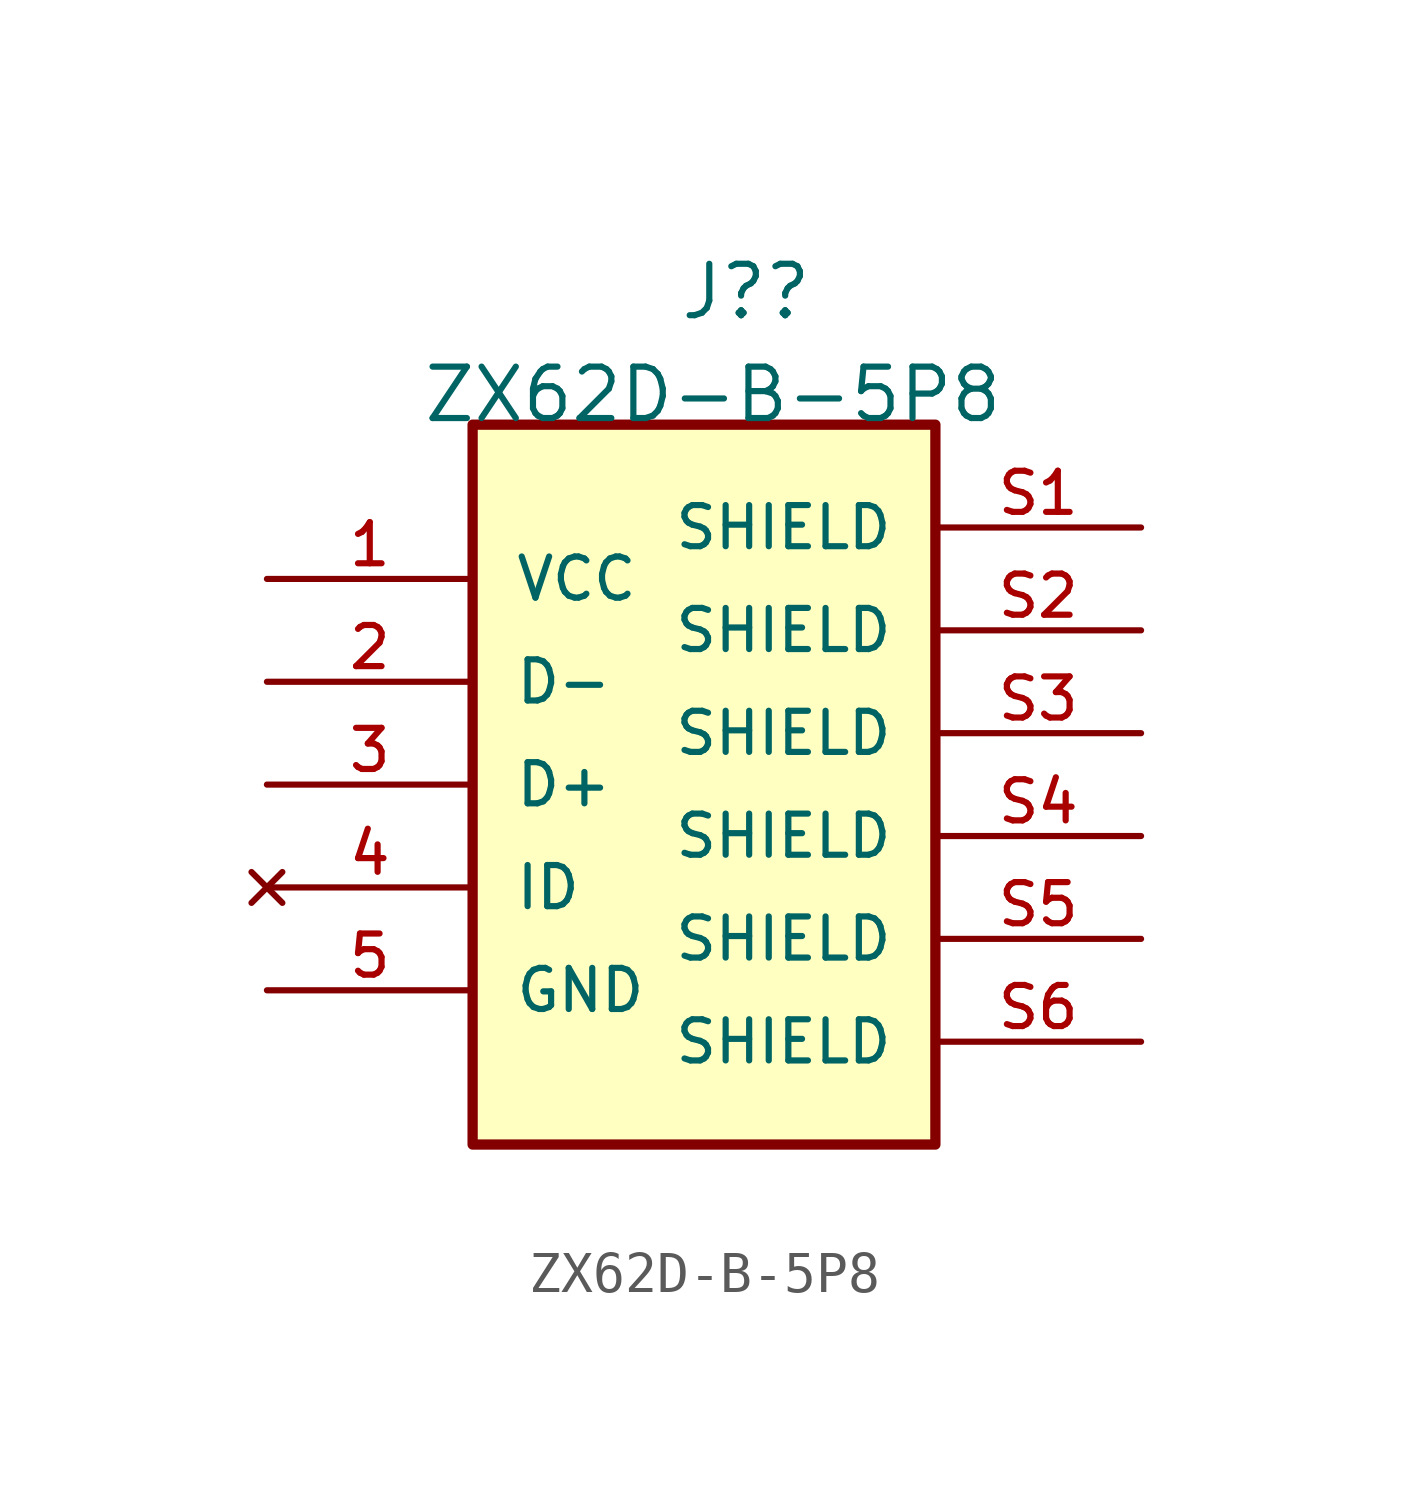
<source format=kicad_sym>
(kicad_symbol_lib
  (version 20211014)
  (generator kicad_symbol_editor)
  (symbol "ZX62D-B-5P8"
    (pin_names
      (offset 1.016))
    (property "Reference" "J?"
      (at 0 12.7 0)
      (effects (font (size 1.27 1.27)) (justify left bottom)))
    (property "Value" "ZX62D-B-5P8"
      (at -6.35 10.16 0)
      (effects (font (size 1.27 1.27)) (justify left bottom)))
    (symbol "ZX62D-B-5P8_0_0"
      (rectangle (start -5.08 10.16) (end 6.35 -7.62) (stroke (width 0.254) (type default) (color 0 0 0 0)) (fill (type background)))
      (pin power_out line (at -10.16 6.35 0) (length 5.08) (name "VCC" (effects (font (size 1.016 1.016)))) (number "1" (effects (font (size 1.016 1.016)))))
      (pin output line (at -10.16 3.81 0) (length 5.08) (name "D-" (effects (font (size 1.016 1.016)))) (number "2" (effects (font (size 1.016 1.016)))))
      (pin output line (at -10.16 1.27 0) (length 5.08) (name "D+" (effects (font (size 1.016 1.016)))) (number "3" (effects (font (size 1.016 1.016)))))
      (pin no_connect line (at -10.16 -1.27 0) (length 5.08) (name "ID" (effects (font (size 1.016 1.016)))) (number "4" (effects (font (size 1.016 1.016)))))
      (pin power_out line (at -10.16 -3.81 0) (length 5.08) (name "GND" (effects (font (size 1.016 1.016)))) (number "5" (effects (font (size 1.016 1.016)))))
      (pin passive line (at 11.43 7.62 180) (length 5.08) (name "SHIELD" (effects (font (size 1.016 1.016)))) (number "S1" (effects (font (size 1.016 1.016)))))
      (pin passive line (at 11.43 5.08 180) (length 5.08) (name "SHIELD" (effects (font (size 1.016 1.016)))) (number "S2" (effects (font (size 1.016 1.016)))))
      (pin passive line (at 11.43 2.54 180) (length 5.08) (name "SHIELD" (effects (font (size 1.016 1.016)))) (number "S3" (effects (font (size 1.016 1.016)))))
      (pin passive line (at 11.43 0 180) (length 5.08) (name "SHIELD" (effects (font (size 1.016 1.016)))) (number "S4" (effects (font (size 1.016 1.016)))))
      (pin passive line (at 11.43 -2.54 180) (length 5.08) (name "SHIELD" (effects (font (size 1.016 1.016)))) (number "S5" (effects (font (size 1.016 1.016)))))
      (pin passive line (at 11.43 -5.08 180) (length 5.08) (name "SHIELD" (effects (font (size 1.016 1.016)))) (number "S6" (effects (font (size 1.016 1.016))))))))
</source>
